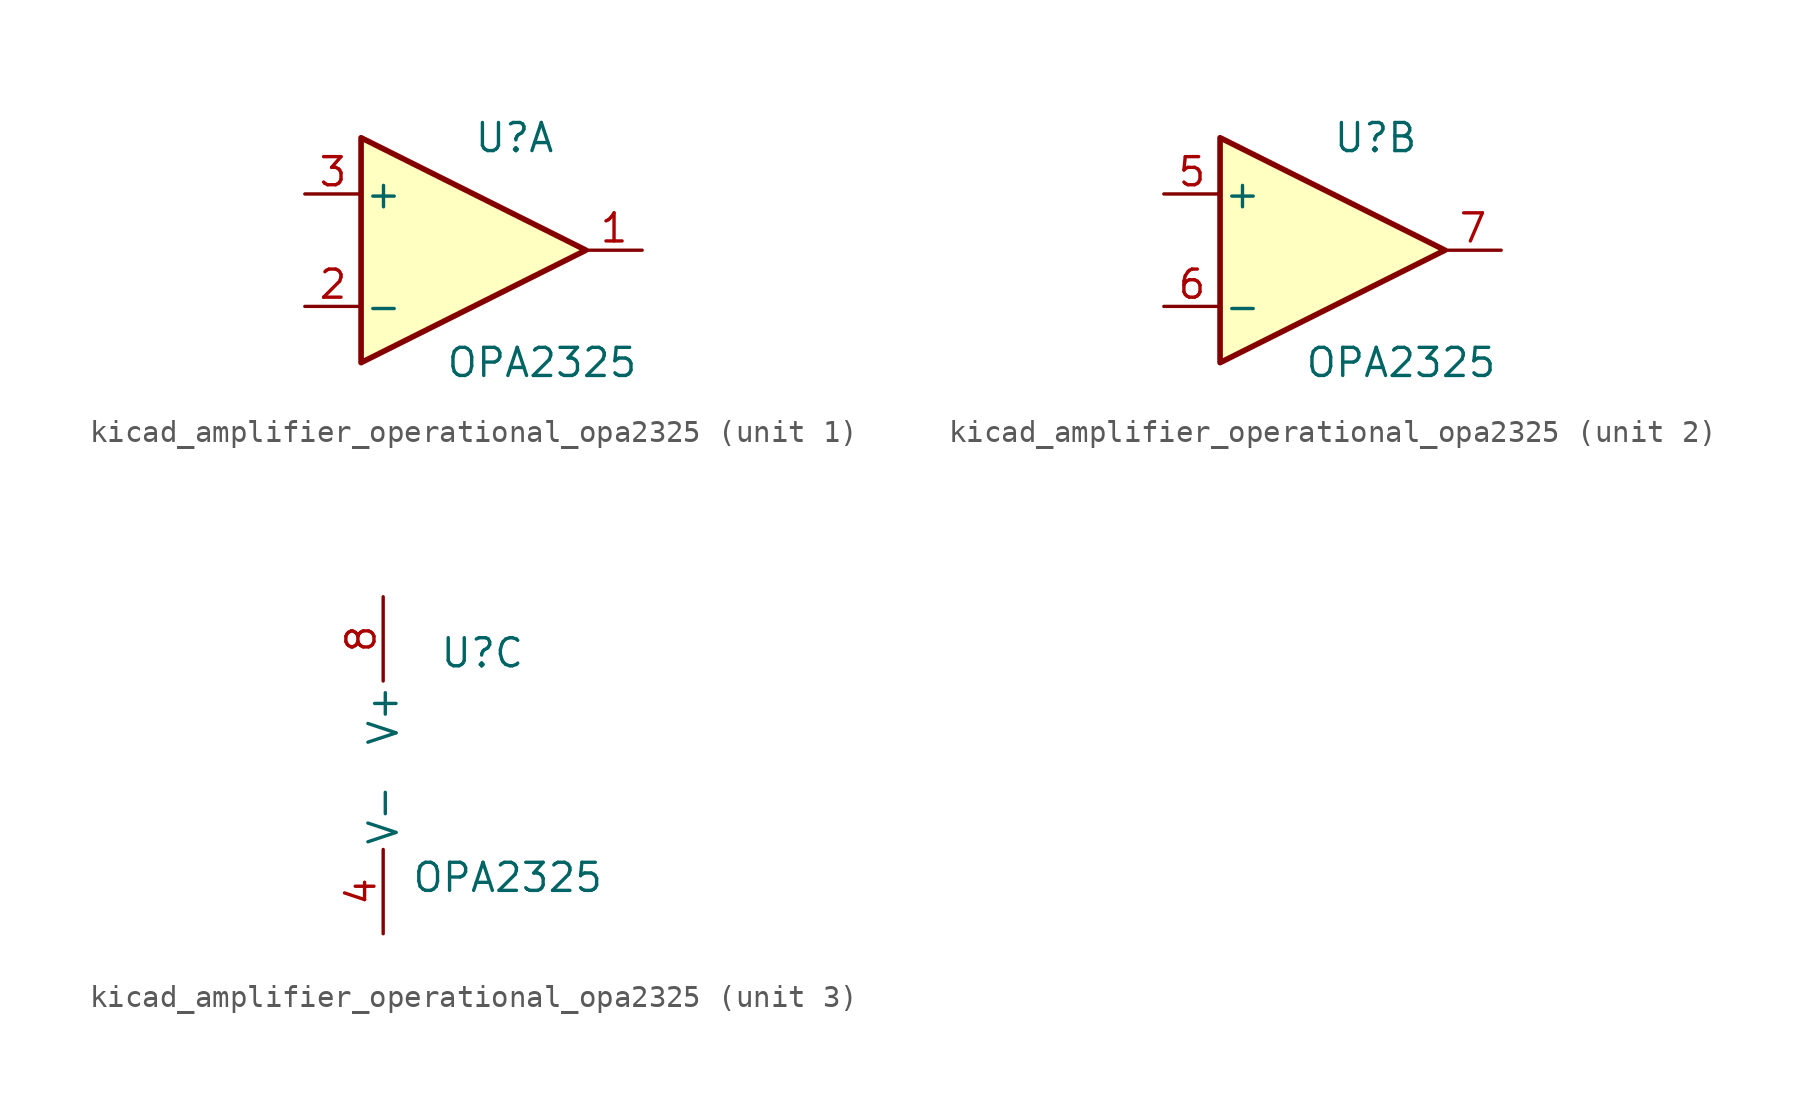
<source format=kicad_sym>
(kicad_symbol_lib
  (version 20220914)
  (generator kicad_symbol_editor)
  (symbol "kicad_amplifier_operational_opa2325"
    (pin_names
      (offset 0.127))
    (property "Reference" "U"
      (at 0 5.08 0)
      (effects (font (size 1.27 1.27)) (justify left)))
    (property "Value" "OPA2325"
      (at -1.27 -5.08 0)
      (effects (font (size 1.27 1.27)) (justify left)))
    (property "ki_locked" ""
      (at 0 0 0)
      (effects (font (size 1.27 1.27))))
    (symbol "kicad_amplifier_operational_opa2325_1_1"
      (polyline (pts (xy -5.08 5.08) (xy 5.08 0) (xy -5.08 -5.08) (xy -5.08 5.08)) (stroke (width 0.254) (type default)) (fill (type background)))
      (pin output line (at 7.62 0 180) (length 2.54) (name "~" (effects (font (size 1.27 1.27)))) (number "1" (effects (font (size 1.27 1.27)))))
      (pin input line (at -7.62 -2.54 0) (length 2.54) (name "-" (effects (font (size 1.27 1.27)))) (number "2" (effects (font (size 1.27 1.27)))))
      (pin input line (at -7.62 2.54 0) (length 2.54) (name "+" (effects (font (size 1.27 1.27)))) (number "3" (effects (font (size 1.27 1.27))))))
    (symbol "kicad_amplifier_operational_opa2325_2_1"
      (polyline (pts (xy -5.08 5.08) (xy 5.08 0) (xy -5.08 -5.08) (xy -5.08 5.08)) (stroke (width 0.254) (type default)) (fill (type background)))
      (pin input line (at -7.62 2.54 0) (length 2.54) (name "+" (effects (font (size 1.27 1.27)))) (number "5" (effects (font (size 1.27 1.27)))))
      (pin input line (at -7.62 -2.54 0) (length 2.54) (name "-" (effects (font (size 1.27 1.27)))) (number "6" (effects (font (size 1.27 1.27)))))
      (pin output line (at 7.62 0 180) (length 2.54) (name "~" (effects (font (size 1.27 1.27)))) (number "7" (effects (font (size 1.27 1.27))))))
    (symbol "kicad_amplifier_operational_opa2325_3_1"
      (pin power_in line (at -2.54 -7.62 90) (length 3.81) (name "V-" (effects (font (size 1.27 1.27)))) (number "4" (effects (font (size 1.27 1.27)))))
      (pin power_in line (at -2.54 7.62 270) (length 3.81) (name "V+" (effects (font (size 1.27 1.27)))) (number "8" (effects (font (size 1.27 1.27))))))))
</source>
